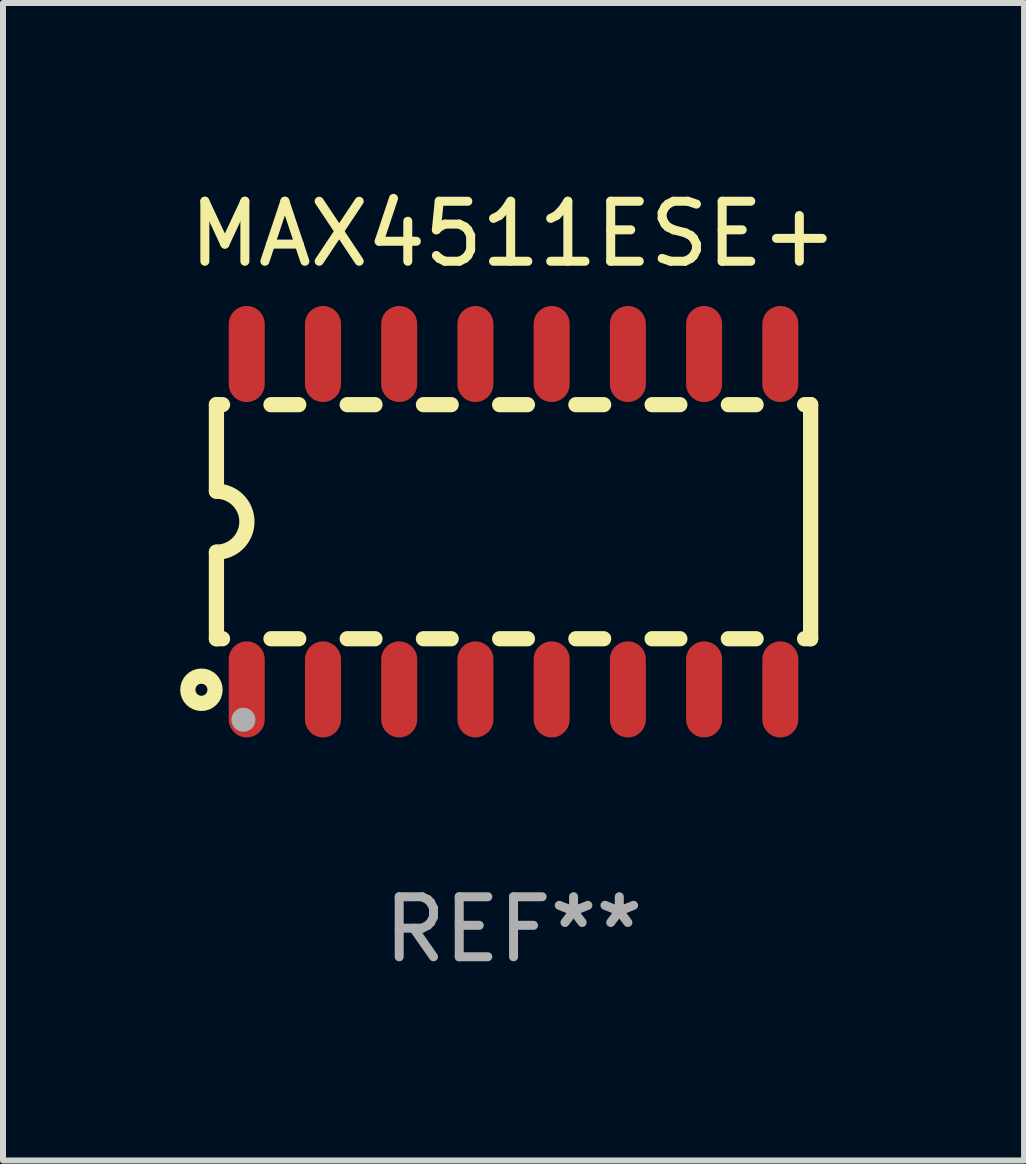
<source format=kicad_pcb>
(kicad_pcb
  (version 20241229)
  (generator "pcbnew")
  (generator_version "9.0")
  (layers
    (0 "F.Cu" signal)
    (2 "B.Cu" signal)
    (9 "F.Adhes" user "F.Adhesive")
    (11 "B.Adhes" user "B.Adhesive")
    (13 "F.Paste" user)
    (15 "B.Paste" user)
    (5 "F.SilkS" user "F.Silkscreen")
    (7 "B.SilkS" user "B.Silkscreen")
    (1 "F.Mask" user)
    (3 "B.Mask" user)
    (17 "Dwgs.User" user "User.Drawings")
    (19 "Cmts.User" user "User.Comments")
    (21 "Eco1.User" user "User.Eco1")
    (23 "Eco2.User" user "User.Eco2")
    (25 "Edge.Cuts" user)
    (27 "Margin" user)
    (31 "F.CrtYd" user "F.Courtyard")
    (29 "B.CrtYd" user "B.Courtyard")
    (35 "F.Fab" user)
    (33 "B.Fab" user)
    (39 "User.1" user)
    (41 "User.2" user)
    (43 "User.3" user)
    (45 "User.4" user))
  (footprint "MAX4511ESE+"
    (layer "F.Cu")
    (at 5.506 5.642)
    (property "Reference" "MAX4511ESE+" (at 0 -4.794 0) (layer "F.SilkS") (effects (font (size 1 1) (thickness 0.15))))
    (attr through_hole)
    (fp_line (start -4.95 -1.95) (end -4.95 -0.508) (stroke (width 0.254) (type solid)) (layer "F.SilkS"))
    (fp_line (start -4.95 -1.95) (end -4.849 -1.95) (stroke (width 0.254) (type solid)) (layer "F.SilkS"))
    (fp_line (start -4.95 1.95) (end -4.95 0.508) (stroke (width 0.254) (type solid)) (layer "F.SilkS"))
    (fp_line (start -4.95 1.95) (end -4.849 1.95) (stroke (width 0.254) (type solid)) (layer "F.SilkS"))
    (fp_line (start -4.041 -1.95) (end -3.579 -1.95) (stroke (width 0.254) (type solid)) (layer "F.SilkS"))
    (fp_line (start -4.041 1.95) (end -3.579 1.95) (stroke (width 0.254) (type solid)) (layer "F.SilkS"))
    (fp_line (start -2.771 -1.95) (end -2.309 -1.95) (stroke (width 0.254) (type solid)) (layer "F.SilkS"))
    (fp_line (start -2.771 1.95) (end -2.309 1.95) (stroke (width 0.254) (type solid)) (layer "F.SilkS"))
    (fp_line (start -1.501 -1.95) (end -1.039 -1.95) (stroke (width 0.254) (type solid)) (layer "F.SilkS"))
    (fp_line (start -1.501 1.95) (end -1.039 1.95) (stroke (width 0.254) (type solid)) (layer "F.SilkS"))
    (fp_line (start -0.231 -1.95) (end 0.231 -1.95) (stroke (width 0.254) (type solid)) (layer "F.SilkS"))
    (fp_line (start -0.231 1.95) (end 0.231 1.95) (stroke (width 0.254) (type solid)) (layer "F.SilkS"))
    (fp_line (start 1.039 -1.95) (end 1.501 -1.95) (stroke (width 0.254) (type solid)) (layer "F.SilkS"))
    (fp_line (start 1.039 1.95) (end 1.501 1.95) (stroke (width 0.254) (type solid)) (layer "F.SilkS"))
    (fp_line (start 2.309 -1.95) (end 2.771 -1.95) (stroke (width 0.254) (type solid)) (layer "F.SilkS"))
    (fp_line (start 2.309 1.95) (end 2.771 1.95) (stroke (width 0.254) (type solid)) (layer "F.SilkS"))
    (fp_line (start 3.579 -1.95) (end 4.041 -1.95) (stroke (width 0.254) (type solid)) (layer "F.SilkS"))
    (fp_line (start 3.579 1.95) (end 4.041 1.95) (stroke (width 0.254) (type solid)) (layer "F.SilkS"))
    (fp_line (start 4.849 -1.95) (end 4.95 -1.95) (stroke (width 0.254) (type solid)) (layer "F.SilkS"))
    (fp_line (start 4.849 1.95) (end 4.95 1.95) (stroke (width 0.254) (type solid)) (layer "F.SilkS"))
    (fp_line (start 4.95 -1.95) (end 4.95 1.95) (stroke (width 0.254) (type solid)) (layer "F.SilkS"))
    (fp_arc (start -4.95047 -0.508001) (mid -4.442469 -0.000228) (end -4.950013 0.508001) (stroke (width 0.254001) (type solid)) (layer "F.SilkS"))
    (fp_circle (center -5.2 2.8) (end -5.1 2.8) (stroke (width 0.254) (type solid)) (fill no) (layer "F.SilkS"))
    (fp_circle (center -4.95 2.947) (end -4.92 2.947) (stroke (width 0.06) (type solid)) (fill no) (layer "F.SilkS"))
    (fp_circle (center -4.5 3.3) (end -4.4 3.3) (stroke (width 0.2) (type solid)) (fill no) (layer "F.Fab"))
    (fp_text user "REF**" (at 0 6.794 0) (layer "F.Fab") (effects (font (size 1 1) (thickness 0.15))))
    (pad "1" smd oval (at -4.445 2.794) (size 0.6 1.6) (layers "F.Cu" "F.Mask" "F.Paste"))
    (pad "2" smd oval (at -3.175 2.794) (size 0.6 1.6) (layers "F.Cu" "F.Mask" "F.Paste"))
    (pad "3" smd oval (at -1.905 2.794) (size 0.6 1.6) (layers "F.Cu" "F.Mask" "F.Paste"))
    (pad "4" smd oval (at -0.635 2.794) (size 0.6 1.6) (layers "F.Cu" "F.Mask" "F.Paste"))
    (pad "5" smd oval (at 0.635 2.794) (size 0.6 1.6) (layers "F.Cu" "F.Mask" "F.Paste"))
    (pad "6" smd oval (at 1.905 2.794) (size 0.6 1.6) (layers "F.Cu" "F.Mask" "F.Paste"))
    (pad "7" smd oval (at 3.175 2.794) (size 0.6 1.6) (layers "F.Cu" "F.Mask" "F.Paste"))
    (pad "8" smd oval (at 4.445 2.794) (size 0.6 1.6) (layers "F.Cu" "F.Mask" "F.Paste"))
    (pad "9" smd oval (at 4.445 -2.794) (size 0.6 1.6) (layers "F.Cu" "F.Mask" "F.Paste"))
    (pad "10" smd oval (at 3.175 -2.794) (size 0.6 1.6) (layers "F.Cu" "F.Mask" "F.Paste"))
    (pad "11" smd oval (at 1.905 -2.794) (size 0.6 1.6) (layers "F.Cu" "F.Mask" "F.Paste"))
    (pad "12" smd oval (at 0.635 -2.794) (size 0.6 1.6) (layers "F.Cu" "F.Mask" "F.Paste"))
    (pad "13" smd oval (at -0.635 -2.794) (size 0.6 1.6) (layers "F.Cu" "F.Mask" "F.Paste"))
    (pad "14" smd oval (at -1.905 -2.794) (size 0.6 1.6) (layers "F.Cu" "F.Mask" "F.Paste"))
    (pad "15" smd oval (at -3.175 -2.794) (size 0.6 1.6) (layers "F.Cu" "F.Mask" "F.Paste"))
    (pad "16" smd oval (at -4.445 -2.794) (size 0.6 1.6) (layers "F.Cu" "F.Mask" "F.Paste")))
  (gr_rect
    (start -3 -3)
    (end 14.012 16.285)
    (stroke (width 0.1) (type default))
    (fill no)
    (layer "Edge.Cuts")))
</source>
